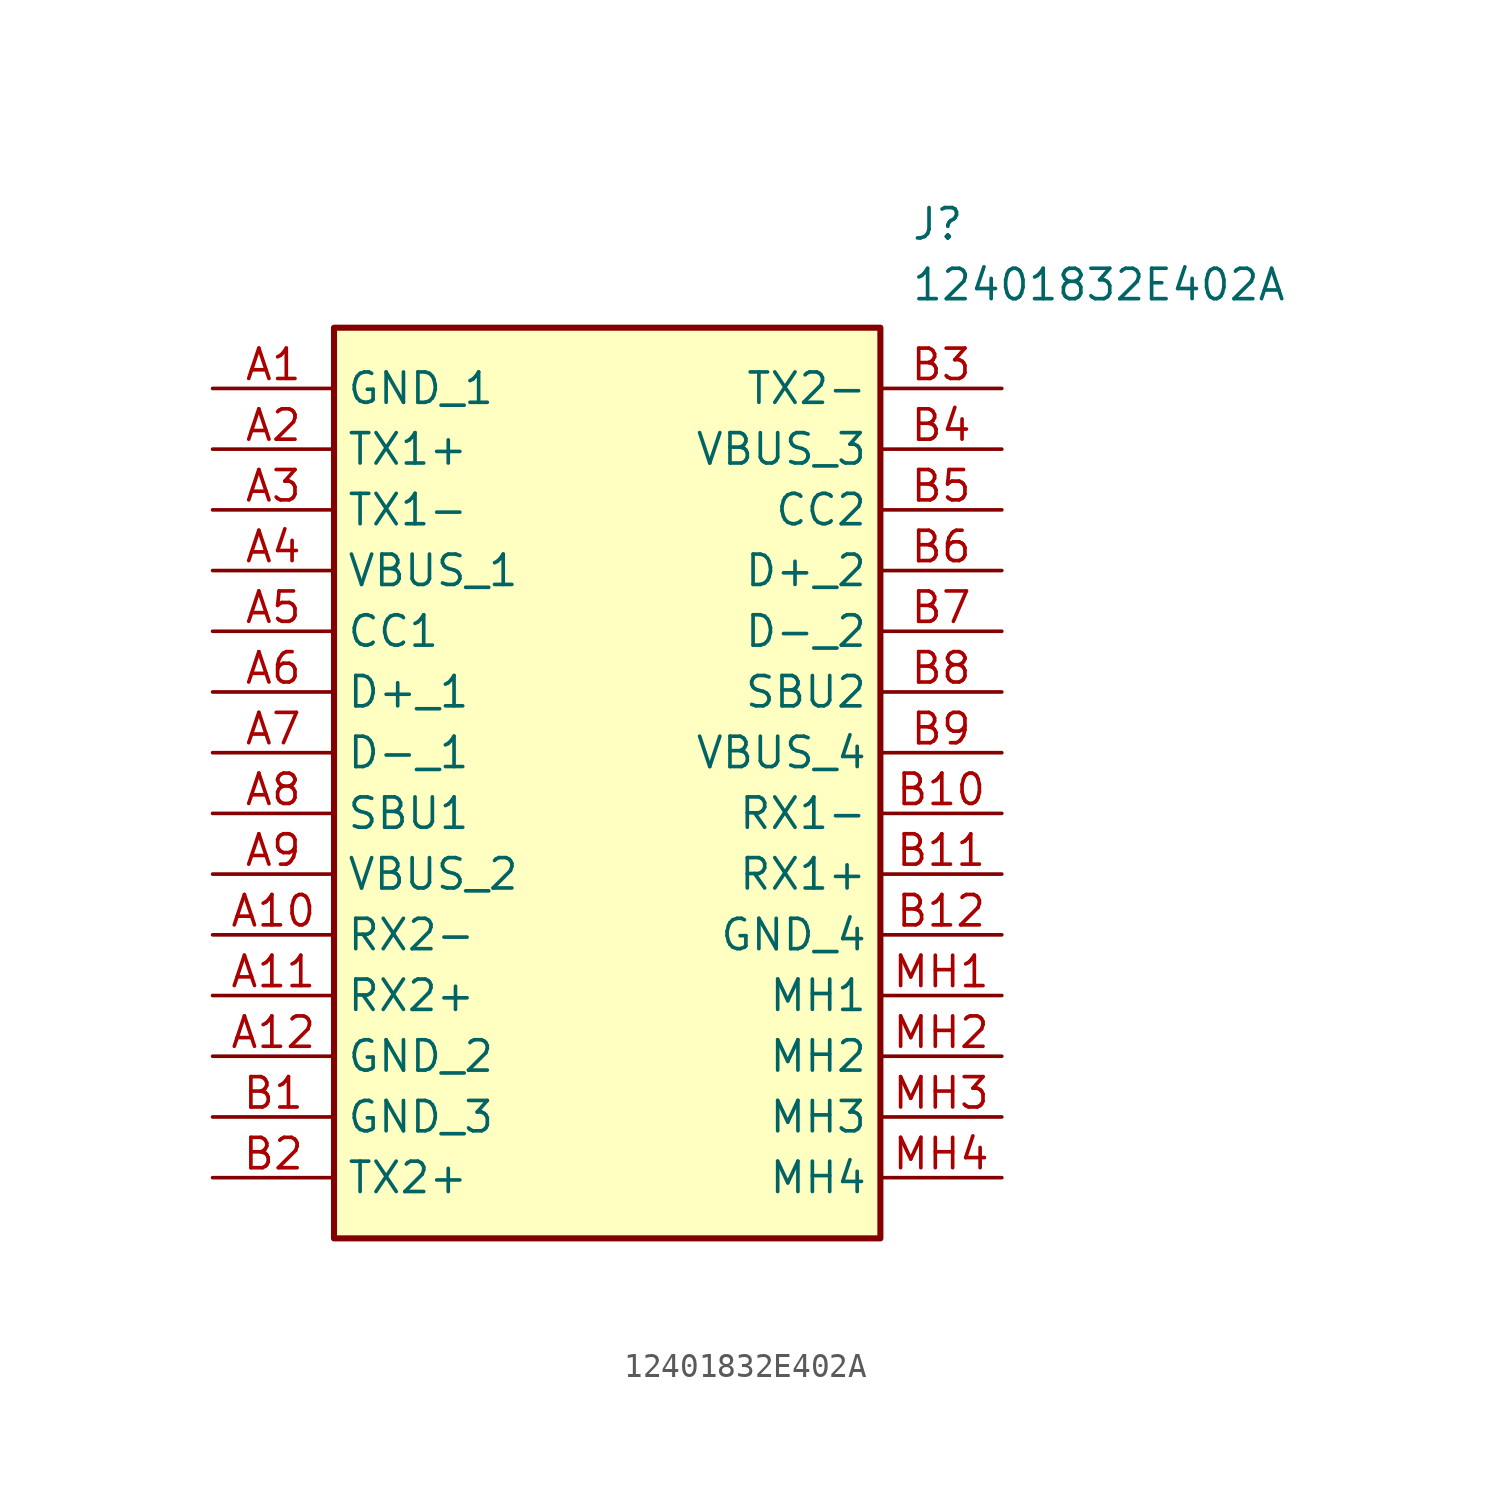
<source format=kicad_sym>
(kicad_symbol_lib
  (version 20231120)
  (generator "kicad_symbol_editor")
  (generator_version "8.0")
  (symbol "12401832E402A"
    (property "Reference" "J"
      (at 29.21 7.62 0)
      (effects (font (size 1.27 1.27)) (justify left top)))
    (property "Value" "12401832E402A"
      (at 29.21 5.08 0)
      (effects (font (size 1.27 1.27)) (justify left top)))
    (symbol "12401832E402A_1_1"
      (rectangle (start 5.08 2.54) (end 27.94 -35.56) (stroke (width 0.254) (type default)) (fill (type background)))
      (pin passive line (at 0 0 0) (length 5.08) (name "GND_1" (effects (font (size 1.27 1.27)))) (number "A1" (effects (font (size 1.27 1.27)))))
      (pin passive line (at 0 -22.86 0) (length 5.08) (name "RX2-" (effects (font (size 1.27 1.27)))) (number "A10" (effects (font (size 1.27 1.27)))))
      (pin passive line (at 0 -25.4 0) (length 5.08) (name "RX2+" (effects (font (size 1.27 1.27)))) (number "A11" (effects (font (size 1.27 1.27)))))
      (pin passive line (at 0 -27.94 0) (length 5.08) (name "GND_2" (effects (font (size 1.27 1.27)))) (number "A12" (effects (font (size 1.27 1.27)))))
      (pin passive line (at 0 -2.54 0) (length 5.08) (name "TX1+" (effects (font (size 1.27 1.27)))) (number "A2" (effects (font (size 1.27 1.27)))))
      (pin passive line (at 0 -5.08 0) (length 5.08) (name "TX1-" (effects (font (size 1.27 1.27)))) (number "A3" (effects (font (size 1.27 1.27)))))
      (pin passive line (at 0 -7.62 0) (length 5.08) (name "VBUS_1" (effects (font (size 1.27 1.27)))) (number "A4" (effects (font (size 1.27 1.27)))))
      (pin passive line (at 0 -10.16 0) (length 5.08) (name "CC1" (effects (font (size 1.27 1.27)))) (number "A5" (effects (font (size 1.27 1.27)))))
      (pin passive line (at 0 -12.7 0) (length 5.08) (name "D+_1" (effects (font (size 1.27 1.27)))) (number "A6" (effects (font (size 1.27 1.27)))))
      (pin passive line (at 0 -15.24 0) (length 5.08) (name "D-_1" (effects (font (size 1.27 1.27)))) (number "A7" (effects (font (size 1.27 1.27)))))
      (pin passive line (at 0 -17.78 0) (length 5.08) (name "SBU1" (effects (font (size 1.27 1.27)))) (number "A8" (effects (font (size 1.27 1.27)))))
      (pin passive line (at 0 -20.32 0) (length 5.08) (name "VBUS_2" (effects (font (size 1.27 1.27)))) (number "A9" (effects (font (size 1.27 1.27)))))
      (pin passive line (at 0 -30.48 0) (length 5.08) (name "GND_3" (effects (font (size 1.27 1.27)))) (number "B1" (effects (font (size 1.27 1.27)))))
      (pin passive line (at 33.02 -17.78 180) (length 5.08) (name "RX1-" (effects (font (size 1.27 1.27)))) (number "B10" (effects (font (size 1.27 1.27)))))
      (pin passive line (at 33.02 -20.32 180) (length 5.08) (name "RX1+" (effects (font (size 1.27 1.27)))) (number "B11" (effects (font (size 1.27 1.27)))))
      (pin passive line (at 33.02 -22.86 180) (length 5.08) (name "GND_4" (effects (font (size 1.27 1.27)))) (number "B12" (effects (font (size 1.27 1.27)))))
      (pin passive line (at 0 -33.02 0) (length 5.08) (name "TX2+" (effects (font (size 1.27 1.27)))) (number "B2" (effects (font (size 1.27 1.27)))))
      (pin passive line (at 33.02 0 180) (length 5.08) (name "TX2-" (effects (font (size 1.27 1.27)))) (number "B3" (effects (font (size 1.27 1.27)))))
      (pin passive line (at 33.02 -2.54 180) (length 5.08) (name "VBUS_3" (effects (font (size 1.27 1.27)))) (number "B4" (effects (font (size 1.27 1.27)))))
      (pin passive line (at 33.02 -5.08 180) (length 5.08) (name "CC2" (effects (font (size 1.27 1.27)))) (number "B5" (effects (font (size 1.27 1.27)))))
      (pin passive line (at 33.02 -7.62 180) (length 5.08) (name "D+_2" (effects (font (size 1.27 1.27)))) (number "B6" (effects (font (size 1.27 1.27)))))
      (pin passive line (at 33.02 -10.16 180) (length 5.08) (name "D-_2" (effects (font (size 1.27 1.27)))) (number "B7" (effects (font (size 1.27 1.27)))))
      (pin passive line (at 33.02 -12.7 180) (length 5.08) (name "SBU2" (effects (font (size 1.27 1.27)))) (number "B8" (effects (font (size 1.27 1.27)))))
      (pin passive line (at 33.02 -15.24 180) (length 5.08) (name "VBUS_4" (effects (font (size 1.27 1.27)))) (number "B9" (effects (font (size 1.27 1.27)))))
      (pin passive line (at 33.02 -25.4 180) (length 5.08) (name "MH1" (effects (font (size 1.27 1.27)))) (number "MH1" (effects (font (size 1.27 1.27)))))
      (pin passive line (at 33.02 -27.94 180) (length 5.08) (name "MH2" (effects (font (size 1.27 1.27)))) (number "MH2" (effects (font (size 1.27 1.27)))))
      (pin passive line (at 33.02 -30.48 180) (length 5.08) (name "MH3" (effects (font (size 1.27 1.27)))) (number "MH3" (effects (font (size 1.27 1.27)))))
      (pin passive line (at 33.02 -33.02 180) (length 5.08) (name "MH4" (effects (font (size 1.27 1.27)))) (number "MH4" (effects (font (size 1.27 1.27))))))))
</source>
